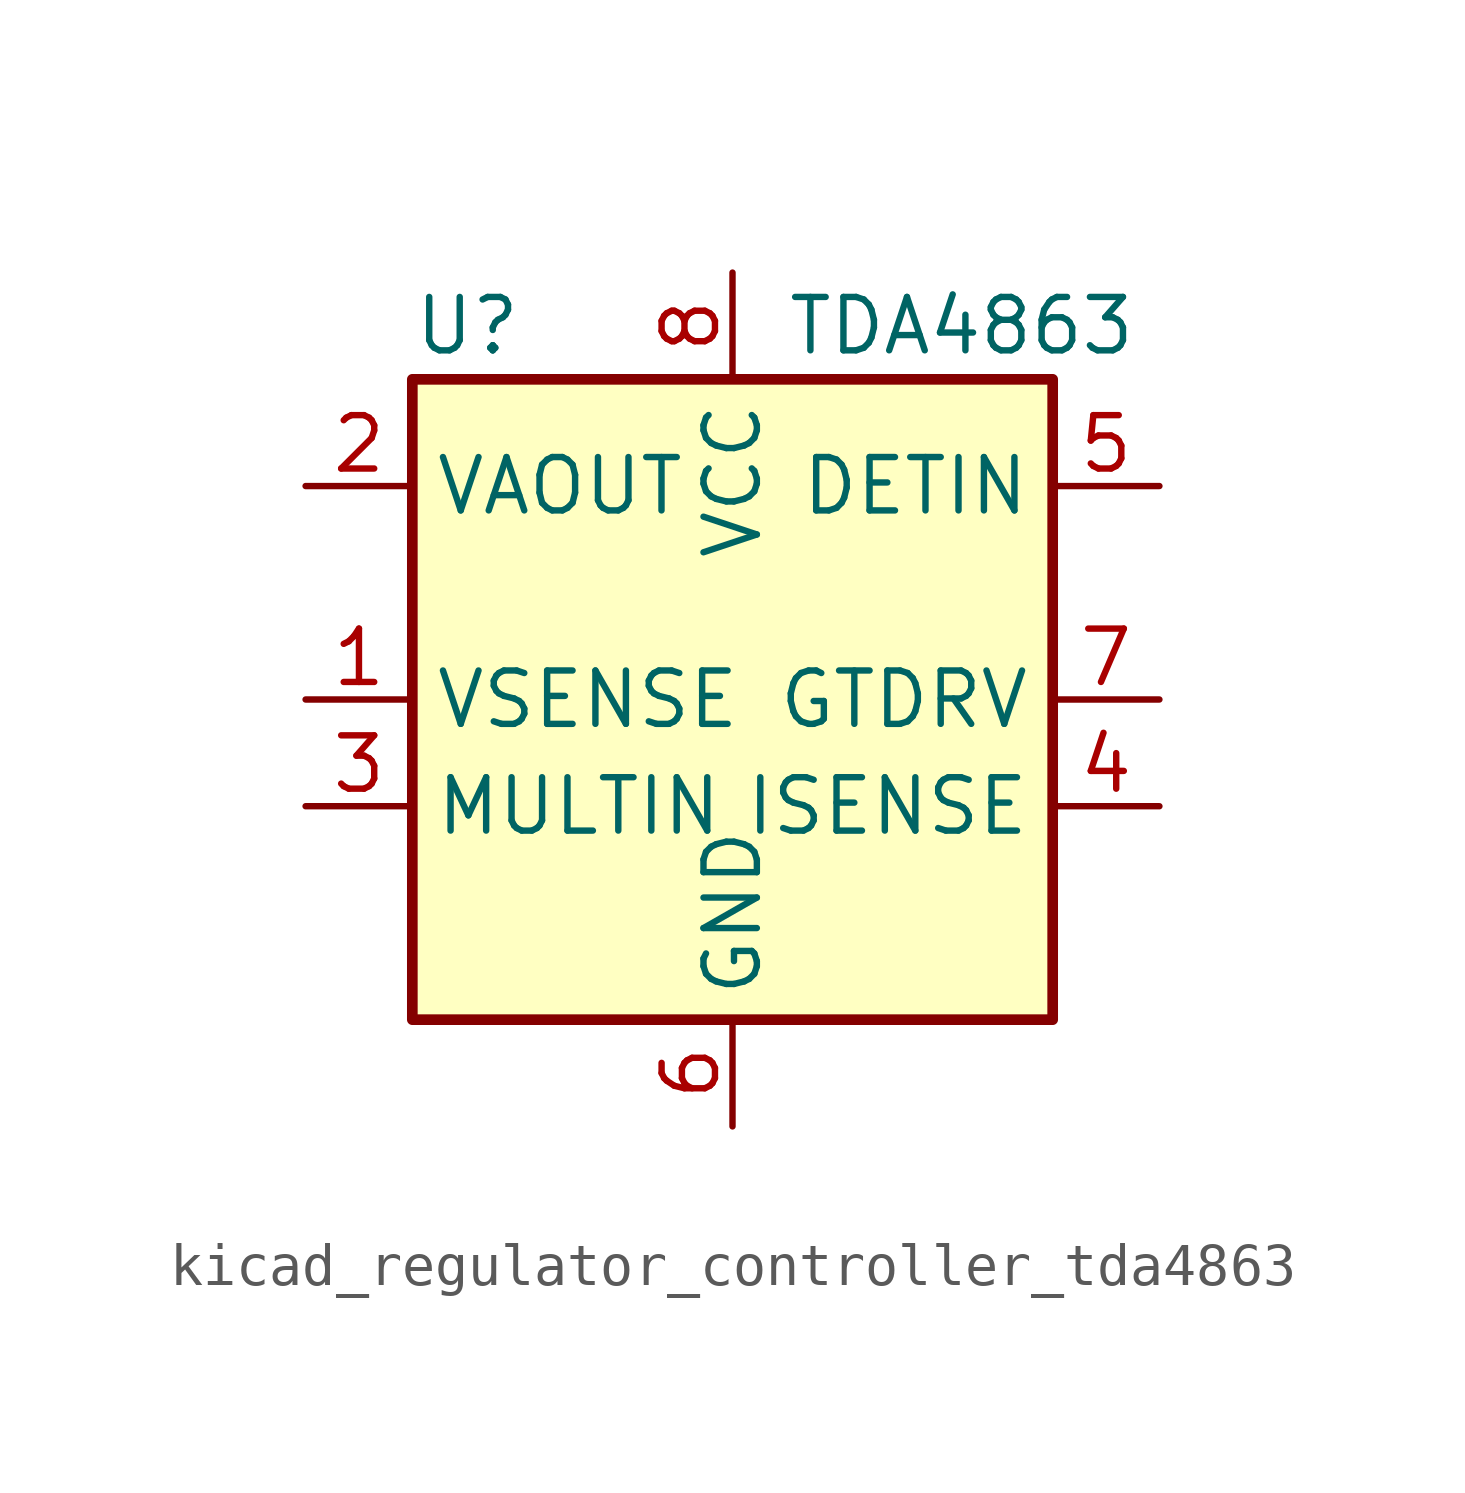
<source format=kicad_sym>
(kicad_symbol_lib
  (version 20220914)
  (generator kicad_symbol_editor)
  (symbol "kicad_regulator_controller_tda4863"
    (property "Reference" "U"
      (at -7.62 8.89 0)
      (effects (font (size 1.27 1.27)) (justify left)))
    (property "Value" "TDA4863"
      (at 1.27 8.89 0)
      (effects (font (size 1.27 1.27)) (justify left)))
    (symbol "kicad_regulator_controller_tda4863_0_0"
      (rectangle (start -7.62 7.62) (end 7.62 -7.62) (stroke (width 0.254) (type default)) (fill (type background))))
    (symbol "kicad_regulator_controller_tda4863_1_1"
      (pin input line (at -10.16 0 0) (length 2.54) (name "VSENSE" (effects (font (size 1.27 1.27)))) (number "1" (effects (font (size 1.27 1.27)))))
      (pin output line (at -10.16 5.08 0) (length 2.54) (name "VAOUT" (effects (font (size 1.27 1.27)))) (number "2" (effects (font (size 1.27 1.27)))))
      (pin input line (at -10.16 -2.54 0) (length 2.54) (name "MULTIN" (effects (font (size 1.27 1.27)))) (number "3" (effects (font (size 1.27 1.27)))))
      (pin input line (at 10.16 -2.54 180) (length 2.54) (name "ISENSE" (effects (font (size 1.27 1.27)))) (number "4" (effects (font (size 1.27 1.27)))))
      (pin passive line (at 10.16 5.08 180) (length 2.54) (name "DETIN" (effects (font (size 1.27 1.27)))) (number "5" (effects (font (size 1.27 1.27)))))
      (pin power_in line (at 0 -10.16 90) (length 2.54) (name "GND" (effects (font (size 1.27 1.27)))) (number "6" (effects (font (size 1.27 1.27)))))
      (pin output line (at 10.16 0 180) (length 2.54) (name "GTDRV" (effects (font (size 1.27 1.27)))) (number "7" (effects (font (size 1.27 1.27)))))
      (pin power_in line (at 0 10.16 270) (length 2.54) (name "VCC" (effects (font (size 1.27 1.27)))) (number "8" (effects (font (size 1.27 1.27))))))))
</source>
